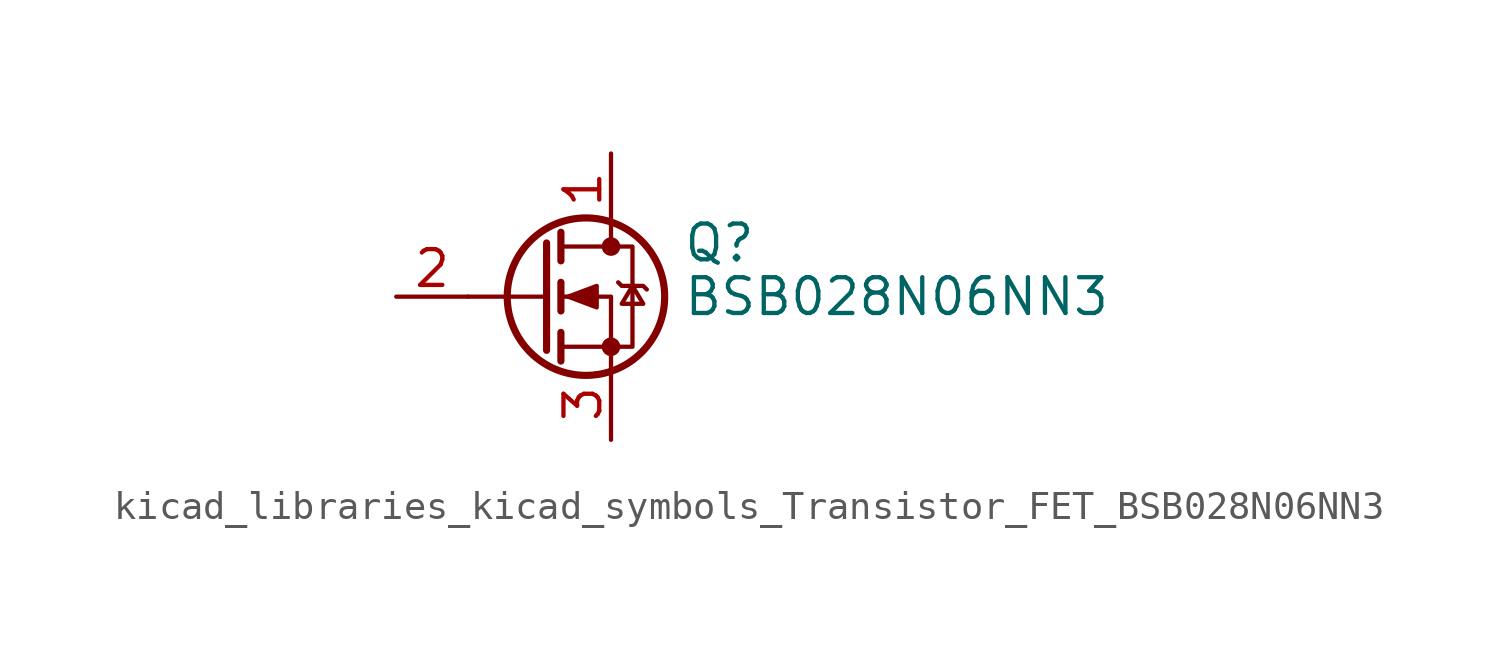
<source format=kicad_sym>
(kicad_symbol_lib
  (version 20220914)
  (generator kicad_symbol_editor)
  (symbol "kicad_libraries_kicad_symbols_Transistor_FET_BSB028N06NN3"
    (pin_names hide)
    (property "Reference" "Q"
      (at 5.08 1.905 0)
      (effects (font (size 1.27 1.27)) (justify left)))
    (property "Value" "BSB028N06NN3"
      (at 5.08 0 0)
      (effects (font (size 1.27 1.27)) (justify left)))
    (symbol "kicad_libraries_kicad_symbols_Transistor_FET_BSB028N06NN3_0_1"
      (polyline (pts (xy 0.254 0) (xy -2.54 0)) (stroke (width 0) (type default)) (fill (type none)))
      (polyline (pts (xy 0.254 1.905) (xy 0.254 -1.905)) (stroke (width 0.254) (type default)) (fill (type none)))
      (polyline (pts (xy 0.762 -1.27) (xy 0.762 -2.286)) (stroke (width 0.254) (type default)) (fill (type none)))
      (polyline (pts (xy 0.762 0.508) (xy 0.762 -0.508)) (stroke (width 0.254) (type default)) (fill (type none)))
      (polyline (pts (xy 0.762 2.286) (xy 0.762 1.27)) (stroke (width 0.254) (type default)) (fill (type none)))
      (polyline (pts (xy 2.54 2.54) (xy 2.54 1.778)) (stroke (width 0) (type default)) (fill (type none)))
      (polyline (pts (xy 2.54 -2.54) (xy 2.54 0) (xy 0.762 0)) (stroke (width 0) (type default)) (fill (type none)))
      (polyline (pts (xy 0.762 -1.778) (xy 3.302 -1.778) (xy 3.302 1.778) (xy 0.762 1.778)) (stroke (width 0) (type default)) (fill (type none)))
      (polyline (pts (xy 1.016 0) (xy 2.032 0.381) (xy 2.032 -0.381) (xy 1.016 0)) (stroke (width 0) (type default)) (fill (type outline)))
      (polyline (pts (xy 2.794 0.508) (xy 2.921 0.381) (xy 3.683 0.381) (xy 3.81 0.254)) (stroke (width 0) (type default)) (fill (type none)))
      (polyline (pts (xy 3.302 0.381) (xy 2.921 -0.254) (xy 3.683 -0.254) (xy 3.302 0.381)) (stroke (width 0) (type default)) (fill (type none)))
      (circle (center 1.651 0) (radius 2.794) (stroke (width 0.254) (type default)) (fill (type none)))
      (circle (center 2.54 -1.778) (radius 0.254) (stroke (width 0) (type default)) (fill (type outline)))
      (circle (center 2.54 1.778) (radius 0.254) (stroke (width 0) (type default)) (fill (type outline))))
    (symbol "kicad_libraries_kicad_symbols_Transistor_FET_BSB028N06NN3_1_1"
      (pin passive line (at 2.54 5.08 270) (length 2.54) (name "D" (effects (font (size 1.27 1.27)))) (number "1" (effects (font (size 1.27 1.27)))))
      (pin input line (at -5.08 0 0) (length 2.54) (name "G" (effects (font (size 1.27 1.27)))) (number "2" (effects (font (size 1.27 1.27)))))
      (pin passive line (at 2.54 -5.08 90) (length 2.54) (name "S" (effects (font (size 1.27 1.27)))) (number "3" (effects (font (size 1.27 1.27))))))))
</source>
